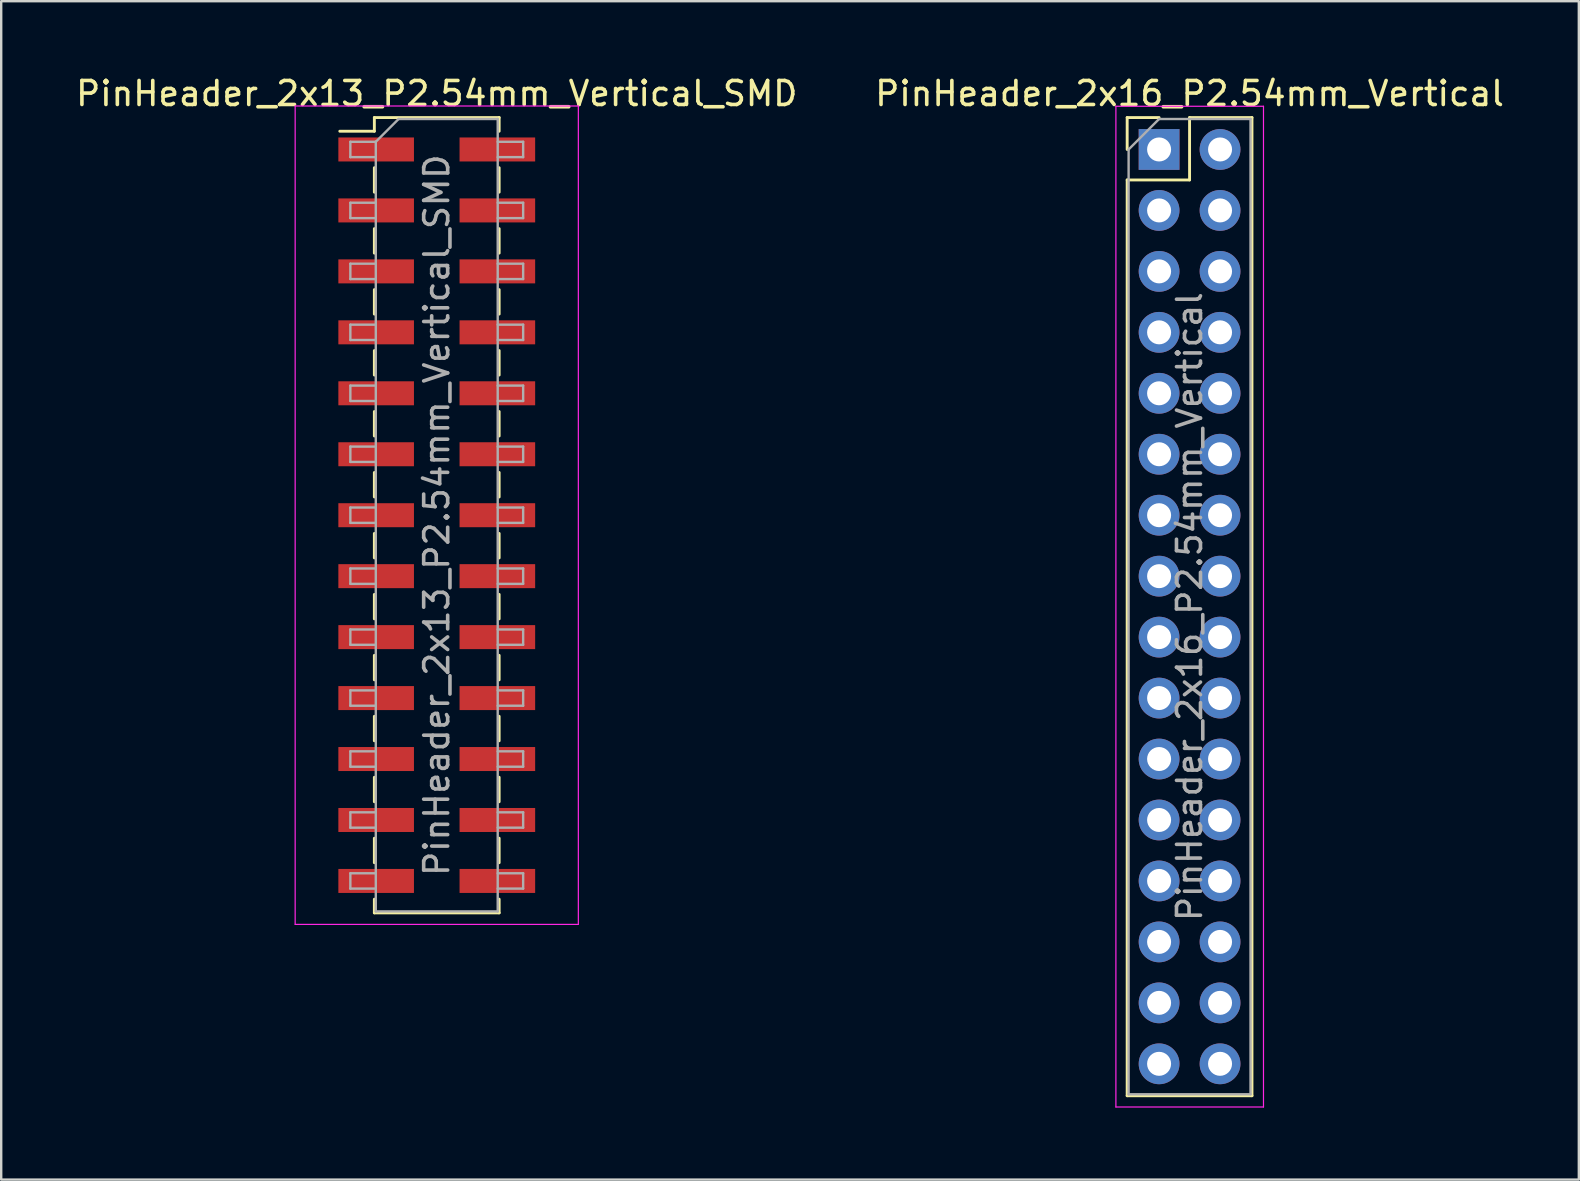
<source format=kicad_pcb>
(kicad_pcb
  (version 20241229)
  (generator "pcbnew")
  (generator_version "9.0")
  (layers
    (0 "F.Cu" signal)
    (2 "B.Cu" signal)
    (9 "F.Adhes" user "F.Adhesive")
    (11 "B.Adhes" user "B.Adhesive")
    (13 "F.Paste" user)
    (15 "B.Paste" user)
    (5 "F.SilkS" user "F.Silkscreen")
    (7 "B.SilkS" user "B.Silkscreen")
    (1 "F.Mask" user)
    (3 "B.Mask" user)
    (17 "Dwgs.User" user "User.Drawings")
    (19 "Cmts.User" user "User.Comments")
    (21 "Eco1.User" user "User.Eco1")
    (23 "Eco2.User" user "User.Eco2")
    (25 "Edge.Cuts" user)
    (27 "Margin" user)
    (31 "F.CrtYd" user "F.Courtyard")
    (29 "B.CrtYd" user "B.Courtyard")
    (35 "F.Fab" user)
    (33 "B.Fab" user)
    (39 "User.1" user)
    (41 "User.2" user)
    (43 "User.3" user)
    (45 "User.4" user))
  (footprint "PinHeader_2x16_P2.54mm_Vertical"
    (layer "F.Cu")
    (at 45.248 3.178)
    (property "Reference" "PinHeader_2x16_P2.54mm_Vertical" (at 1.27 -2.33 0) (layer "F.SilkS") (effects (font (size 1 1) (thickness 0.15))))
    (attr through_hole)
    (fp_line (start -1.33 -1.33) (end 0 -1.33) (stroke (width 0.12) (type solid)) (layer "F.SilkS"))
    (fp_line (start -1.33 0) (end -1.33 -1.33) (stroke (width 0.12) (type solid)) (layer "F.SilkS"))
    (fp_line (start -1.33 1.27) (end -1.33 39.43) (stroke (width 0.12) (type solid)) (layer "F.SilkS"))
    (fp_line (start -1.33 1.27) (end 1.27 1.27) (stroke (width 0.12) (type solid)) (layer "F.SilkS"))
    (fp_line (start -1.33 39.43) (end 3.87 39.43) (stroke (width 0.12) (type solid)) (layer "F.SilkS"))
    (fp_line (start 1.27 -1.33) (end 3.87 -1.33) (stroke (width 0.12) (type solid)) (layer "F.SilkS"))
    (fp_line (start 1.27 1.27) (end 1.27 -1.33) (stroke (width 0.12) (type solid)) (layer "F.SilkS"))
    (fp_line (start 3.87 -1.33) (end 3.87 39.43) (stroke (width 0.12) (type solid)) (layer "F.SilkS"))
    (fp_line (start -1.8 -1.8) (end -1.8 39.9) (stroke (width 0.05) (type solid)) (layer "F.CrtYd"))
    (fp_line (start -1.8 39.9) (end 4.35 39.9) (stroke (width 0.05) (type solid)) (layer "F.CrtYd"))
    (fp_line (start 4.35 -1.8) (end -1.8 -1.8) (stroke (width 0.05) (type solid)) (layer "F.CrtYd"))
    (fp_line (start 4.35 39.9) (end 4.35 -1.8) (stroke (width 0.05) (type solid)) (layer "F.CrtYd"))
    (fp_line (start -1.27 0) (end 0 -1.27) (stroke (width 0.1) (type solid)) (layer "F.Fab"))
    (fp_line (start -1.27 39.37) (end -1.27 0) (stroke (width 0.1) (type solid)) (layer "F.Fab"))
    (fp_line (start 0 -1.27) (end 3.81 -1.27) (stroke (width 0.1) (type solid)) (layer "F.Fab"))
    (fp_line (start 3.81 -1.27) (end 3.81 39.37) (stroke (width 0.1) (type solid)) (layer "F.Fab"))
    (fp_line (start 3.81 39.37) (end -1.27 39.37) (stroke (width 0.1) (type solid)) (layer "F.Fab"))
    (fp_text user "${REFERENCE}" (at 1.27 19.05 90) (layer "F.Fab") (effects (font (size 1 1) (thickness 0.15))))
    (pad "1" thru_hole rect (at 0 0) (size 1.7 1.7) (drill 1) (layers "*.Cu" "*.Mask"))
    (pad "2" thru_hole oval (at 2.54 0) (size 1.7 1.7) (drill 1) (layers "*.Cu" "*.Mask"))
    (pad "3" thru_hole oval (at 0 2.54) (size 1.7 1.7) (drill 1) (layers "*.Cu" "*.Mask"))
    (pad "4" thru_hole oval (at 2.54 2.54) (size 1.7 1.7) (drill 1) (layers "*.Cu" "*.Mask"))
    (pad "5" thru_hole oval (at 0 5.08) (size 1.7 1.7) (drill 1) (layers "*.Cu" "*.Mask"))
    (pad "6" thru_hole oval (at 2.54 5.08) (size 1.7 1.7) (drill 1) (layers "*.Cu" "*.Mask"))
    (pad "7" thru_hole oval (at 0 7.62) (size 1.7 1.7) (drill 1) (layers "*.Cu" "*.Mask"))
    (pad "8" thru_hole oval (at 2.54 7.62) (size 1.7 1.7) (drill 1) (layers "*.Cu" "*.Mask"))
    (pad "9" thru_hole oval (at 0 10.16) (size 1.7 1.7) (drill 1) (layers "*.Cu" "*.Mask"))
    (pad "10" thru_hole oval (at 2.54 10.16) (size 1.7 1.7) (drill 1) (layers "*.Cu" "*.Mask"))
    (pad "11" thru_hole oval (at 0 12.7) (size 1.7 1.7) (drill 1) (layers "*.Cu" "*.Mask"))
    (pad "12" thru_hole oval (at 2.54 12.7) (size 1.7 1.7) (drill 1) (layers "*.Cu" "*.Mask"))
    (pad "13" thru_hole oval (at 0 15.24) (size 1.7 1.7) (drill 1) (layers "*.Cu" "*.Mask"))
    (pad "14" thru_hole oval (at 2.54 15.24) (size 1.7 1.7) (drill 1) (layers "*.Cu" "*.Mask"))
    (pad "15" thru_hole oval (at 0 17.78) (size 1.7 1.7) (drill 1) (layers "*.Cu" "*.Mask"))
    (pad "16" thru_hole oval (at 2.54 17.78) (size 1.7 1.7) (drill 1) (layers "*.Cu" "*.Mask"))
    (pad "17" thru_hole oval (at 0 20.32) (size 1.7 1.7) (drill 1) (layers "*.Cu" "*.Mask"))
    (pad "18" thru_hole oval (at 2.54 20.32) (size 1.7 1.7) (drill 1) (layers "*.Cu" "*.Mask"))
    (pad "19" thru_hole oval (at 0 22.86) (size 1.7 1.7) (drill 1) (layers "*.Cu" "*.Mask"))
    (pad "20" thru_hole oval (at 2.54 22.86) (size 1.7 1.7) (drill 1) (layers "*.Cu" "*.Mask"))
    (pad "21" thru_hole oval (at 0 25.4) (size 1.7 1.7) (drill 1) (layers "*.Cu" "*.Mask"))
    (pad "22" thru_hole oval (at 2.54 25.4) (size 1.7 1.7) (drill 1) (layers "*.Cu" "*.Mask"))
    (pad "23" thru_hole oval (at 0 27.94) (size 1.7 1.7) (drill 1) (layers "*.Cu" "*.Mask"))
    (pad "24" thru_hole oval (at 2.54 27.94) (size 1.7 1.7) (drill 1) (layers "*.Cu" "*.Mask"))
    (pad "25" thru_hole oval (at 0 30.48) (size 1.7 1.7) (drill 1) (layers "*.Cu" "*.Mask"))
    (pad "26" thru_hole oval (at 2.54 30.48) (size 1.7 1.7) (drill 1) (layers "*.Cu" "*.Mask"))
    (pad "27" thru_hole oval (at 0 33.02) (size 1.7 1.7) (drill 1) (layers "*.Cu" "*.Mask"))
    (pad "28" thru_hole oval (at 2.54 33.02) (size 1.7 1.7) (drill 1) (layers "*.Cu" "*.Mask"))
    (pad "29" thru_hole oval (at 0 35.56) (size 1.7 1.7) (drill 1) (layers "*.Cu" "*.Mask"))
    (pad "30" thru_hole oval (at 2.54 35.56) (size 1.7 1.7) (drill 1) (layers "*.Cu" "*.Mask"))
    (pad "31" thru_hole oval (at 0 38.1) (size 1.7 1.7) (drill 1) (layers "*.Cu" "*.Mask"))
    (pad "32" thru_hole oval (at 2.54 38.1) (size 1.7 1.7) (drill 1) (layers "*.Cu" "*.Mask")))
  (footprint "PinHeader_2x13_P2.54mm_Vertical_SMD"
    (layer "F.Cu")
    (at 15.149 18.418)
    (property "Reference" "PinHeader_2x13_P2.54mm_Vertical_SMD" (at 0 -17.57 0) (layer "F.SilkS") (effects (font (size 1 1) (thickness 0.15))))
    (attr smd)
    (fp_line (start -4.04 -16) (end -2.6 -16) (stroke (width 0.12) (type solid)) (layer "F.SilkS"))
    (fp_line (start -2.6 -16.57) (end -2.6 -16) (stroke (width 0.12) (type solid)) (layer "F.SilkS"))
    (fp_line (start -2.6 -16.57) (end 2.6 -16.57) (stroke (width 0.12) (type solid)) (layer "F.SilkS"))
    (fp_line (start -2.6 -14.48) (end -2.6 -13.46) (stroke (width 0.12) (type solid)) (layer "F.SilkS"))
    (fp_line (start -2.6 -11.94) (end -2.6 -10.92) (stroke (width 0.12) (type solid)) (layer "F.SilkS"))
    (fp_line (start -2.6 -9.4) (end -2.6 -8.38) (stroke (width 0.12) (type solid)) (layer "F.SilkS"))
    (fp_line (start -2.6 -6.86) (end -2.6 -5.84) (stroke (width 0.12) (type solid)) (layer "F.SilkS"))
    (fp_line (start -2.6 -4.32) (end -2.6 -3.3) (stroke (width 0.12) (type solid)) (layer "F.SilkS"))
    (fp_line (start -2.6 -1.78) (end -2.6 -0.76) (stroke (width 0.12) (type solid)) (layer "F.SilkS"))
    (fp_line (start -2.6 0.76) (end -2.6 1.78) (stroke (width 0.12) (type solid)) (layer "F.SilkS"))
    (fp_line (start -2.6 3.3) (end -2.6 4.32) (stroke (width 0.12) (type solid)) (layer "F.SilkS"))
    (fp_line (start -2.6 5.84) (end -2.6 6.86) (stroke (width 0.12) (type solid)) (layer "F.SilkS"))
    (fp_line (start -2.6 8.38) (end -2.6 9.4) (stroke (width 0.12) (type solid)) (layer "F.SilkS"))
    (fp_line (start -2.6 10.92) (end -2.6 11.94) (stroke (width 0.12) (type solid)) (layer "F.SilkS"))
    (fp_line (start -2.6 13.46) (end -2.6 14.48) (stroke (width 0.12) (type solid)) (layer "F.SilkS"))
    (fp_line (start -2.6 16) (end -2.6 16.57) (stroke (width 0.12) (type solid)) (layer "F.SilkS"))
    (fp_line (start -2.6 16.57) (end 2.6 16.57) (stroke (width 0.12) (type solid)) (layer "F.SilkS"))
    (fp_line (start 2.6 -16.57) (end 2.6 -16) (stroke (width 0.12) (type solid)) (layer "F.SilkS"))
    (fp_line (start 2.6 -14.48) (end 2.6 -13.46) (stroke (width 0.12) (type solid)) (layer "F.SilkS"))
    (fp_line (start 2.6 -11.94) (end 2.6 -10.92) (stroke (width 0.12) (type solid)) (layer "F.SilkS"))
    (fp_line (start 2.6 -9.4) (end 2.6 -8.38) (stroke (width 0.12) (type solid)) (layer "F.SilkS"))
    (fp_line (start 2.6 -6.86) (end 2.6 -5.84) (stroke (width 0.12) (type solid)) (layer "F.SilkS"))
    (fp_line (start 2.6 -4.32) (end 2.6 -3.3) (stroke (width 0.12) (type solid)) (layer "F.SilkS"))
    (fp_line (start 2.6 -1.78) (end 2.6 -0.76) (stroke (width 0.12) (type solid)) (layer "F.SilkS"))
    (fp_line (start 2.6 0.76) (end 2.6 1.78) (stroke (width 0.12) (type solid)) (layer "F.SilkS"))
    (fp_line (start 2.6 3.3) (end 2.6 4.32) (stroke (width 0.12) (type solid)) (layer "F.SilkS"))
    (fp_line (start 2.6 5.84) (end 2.6 6.86) (stroke (width 0.12) (type solid)) (layer "F.SilkS"))
    (fp_line (start 2.6 8.38) (end 2.6 9.4) (stroke (width 0.12) (type solid)) (layer "F.SilkS"))
    (fp_line (start 2.6 10.92) (end 2.6 11.94) (stroke (width 0.12) (type solid)) (layer "F.SilkS"))
    (fp_line (start 2.6 13.46) (end 2.6 14.48) (stroke (width 0.12) (type solid)) (layer "F.SilkS"))
    (fp_line (start 2.6 16) (end 2.6 16.57) (stroke (width 0.12) (type solid)) (layer "F.SilkS"))
    (fp_line (start -5.9 -17.05) (end -5.9 17.05) (stroke (width 0.05) (type solid)) (layer "F.CrtYd"))
    (fp_line (start -5.9 17.05) (end 5.9 17.05) (stroke (width 0.05) (type solid)) (layer "F.CrtYd"))
    (fp_line (start 5.9 -17.05) (end -5.9 -17.05) (stroke (width 0.05) (type solid)) (layer "F.CrtYd"))
    (fp_line (start 5.9 17.05) (end 5.9 -17.05) (stroke (width 0.05) (type solid)) (layer "F.CrtYd"))
    (fp_line (start -3.6 -15.56) (end -3.6 -14.92) (stroke (width 0.1) (type solid)) (layer "F.Fab"))
    (fp_line (start -3.6 -14.92) (end -2.54 -14.92) (stroke (width 0.1) (type solid)) (layer "F.Fab"))
    (fp_line (start -3.6 -13.02) (end -3.6 -12.38) (stroke (width 0.1) (type solid)) (layer "F.Fab"))
    (fp_line (start -3.6 -12.38) (end -2.54 -12.38) (stroke (width 0.1) (type solid)) (layer "F.Fab"))
    (fp_line (start -3.6 -10.48) (end -3.6 -9.84) (stroke (width 0.1) (type solid)) (layer "F.Fab"))
    (fp_line (start -3.6 -9.84) (end -2.54 -9.84) (stroke (width 0.1) (type solid)) (layer "F.Fab"))
    (fp_line (start -3.6 -7.94) (end -3.6 -7.3) (stroke (width 0.1) (type solid)) (layer "F.Fab"))
    (fp_line (start -3.6 -7.3) (end -2.54 -7.3) (stroke (width 0.1) (type solid)) (layer "F.Fab"))
    (fp_line (start -3.6 -5.4) (end -3.6 -4.76) (stroke (width 0.1) (type solid)) (layer "F.Fab"))
    (fp_line (start -3.6 -4.76) (end -2.54 -4.76) (stroke (width 0.1) (type solid)) (layer "F.Fab"))
    (fp_line (start -3.6 -2.86) (end -3.6 -2.22) (stroke (width 0.1) (type solid)) (layer "F.Fab"))
    (fp_line (start -3.6 -2.22) (end -2.54 -2.22) (stroke (width 0.1) (type solid)) (layer "F.Fab"))
    (fp_line (start -3.6 -0.32) (end -3.6 0.32) (stroke (width 0.1) (type solid)) (layer "F.Fab"))
    (fp_line (start -3.6 0.32) (end -2.54 0.32) (stroke (width 0.1) (type solid)) (layer "F.Fab"))
    (fp_line (start -3.6 2.22) (end -3.6 2.86) (stroke (width 0.1) (type solid)) (layer "F.Fab"))
    (fp_line (start -3.6 2.86) (end -2.54 2.86) (stroke (width 0.1) (type solid)) (layer "F.Fab"))
    (fp_line (start -3.6 4.76) (end -3.6 5.4) (stroke (width 0.1) (type solid)) (layer "F.Fab"))
    (fp_line (start -3.6 5.4) (end -2.54 5.4) (stroke (width 0.1) (type solid)) (layer "F.Fab"))
    (fp_line (start -3.6 7.3) (end -3.6 7.94) (stroke (width 0.1) (type solid)) (layer "F.Fab"))
    (fp_line (start -3.6 7.94) (end -2.54 7.94) (stroke (width 0.1) (type solid)) (layer "F.Fab"))
    (fp_line (start -3.6 9.84) (end -3.6 10.48) (stroke (width 0.1) (type solid)) (layer "F.Fab"))
    (fp_line (start -3.6 10.48) (end -2.54 10.48) (stroke (width 0.1) (type solid)) (layer "F.Fab"))
    (fp_line (start -3.6 12.38) (end -3.6 13.02) (stroke (width 0.1) (type solid)) (layer "F.Fab"))
    (fp_line (start -3.6 13.02) (end -2.54 13.02) (stroke (width 0.1) (type solid)) (layer "F.Fab"))
    (fp_line (start -3.6 14.92) (end -3.6 15.56) (stroke (width 0.1) (type solid)) (layer "F.Fab"))
    (fp_line (start -3.6 15.56) (end -2.54 15.56) (stroke (width 0.1) (type solid)) (layer "F.Fab"))
    (fp_line (start -2.54 -15.56) (end -3.6 -15.56) (stroke (width 0.1) (type solid)) (layer "F.Fab"))
    (fp_line (start -2.54 -15.56) (end -1.59 -16.51) (stroke (width 0.1) (type solid)) (layer "F.Fab"))
    (fp_line (start -2.54 -13.02) (end -3.6 -13.02) (stroke (width 0.1) (type solid)) (layer "F.Fab"))
    (fp_line (start -2.54 -10.48) (end -3.6 -10.48) (stroke (width 0.1) (type solid)) (layer "F.Fab"))
    (fp_line (start -2.54 -7.94) (end -3.6 -7.94) (stroke (width 0.1) (type solid)) (layer "F.Fab"))
    (fp_line (start -2.54 -5.4) (end -3.6 -5.4) (stroke (width 0.1) (type solid)) (layer "F.Fab"))
    (fp_line (start -2.54 -2.86) (end -3.6 -2.86) (stroke (width 0.1) (type solid)) (layer "F.Fab"))
    (fp_line (start -2.54 -0.32) (end -3.6 -0.32) (stroke (width 0.1) (type solid)) (layer "F.Fab"))
    (fp_line (start -2.54 2.22) (end -3.6 2.22) (stroke (width 0.1) (type solid)) (layer "F.Fab"))
    (fp_line (start -2.54 4.76) (end -3.6 4.76) (stroke (width 0.1) (type solid)) (layer "F.Fab"))
    (fp_line (start -2.54 7.3) (end -3.6 7.3) (stroke (width 0.1) (type solid)) (layer "F.Fab"))
    (fp_line (start -2.54 9.84) (end -3.6 9.84) (stroke (width 0.1) (type solid)) (layer "F.Fab"))
    (fp_line (start -2.54 12.38) (end -3.6 12.38) (stroke (width 0.1) (type solid)) (layer "F.Fab"))
    (fp_line (start -2.54 14.92) (end -3.6 14.92) (stroke (width 0.1) (type solid)) (layer "F.Fab"))
    (fp_line (start -2.54 16.51) (end -2.54 -15.56) (stroke (width 0.1) (type solid)) (layer "F.Fab"))
    (fp_line (start -1.59 -16.51) (end 2.54 -16.51) (stroke (width 0.1) (type solid)) (layer "F.Fab"))
    (fp_line (start 2.54 -16.51) (end 2.54 16.51) (stroke (width 0.1) (type solid)) (layer "F.Fab"))
    (fp_line (start 2.54 -15.56) (end 3.6 -15.56) (stroke (width 0.1) (type solid)) (layer "F.Fab"))
    (fp_line (start 2.54 -13.02) (end 3.6 -13.02) (stroke (width 0.1) (type solid)) (layer "F.Fab"))
    (fp_line (start 2.54 -10.48) (end 3.6 -10.48) (stroke (width 0.1) (type solid)) (layer "F.Fab"))
    (fp_line (start 2.54 -7.94) (end 3.6 -7.94) (stroke (width 0.1) (type solid)) (layer "F.Fab"))
    (fp_line (start 2.54 -5.4) (end 3.6 -5.4) (stroke (width 0.1) (type solid)) (layer "F.Fab"))
    (fp_line (start 2.54 -2.86) (end 3.6 -2.86) (stroke (width 0.1) (type solid)) (layer "F.Fab"))
    (fp_line (start 2.54 -0.32) (end 3.6 -0.32) (stroke (width 0.1) (type solid)) (layer "F.Fab"))
    (fp_line (start 2.54 2.22) (end 3.6 2.22) (stroke (width 0.1) (type solid)) (layer "F.Fab"))
    (fp_line (start 2.54 4.76) (end 3.6 4.76) (stroke (width 0.1) (type solid)) (layer "F.Fab"))
    (fp_line (start 2.54 7.3) (end 3.6 7.3) (stroke (width 0.1) (type solid)) (layer "F.Fab"))
    (fp_line (start 2.54 9.84) (end 3.6 9.84) (stroke (width 0.1) (type solid)) (layer "F.Fab"))
    (fp_line (start 2.54 12.38) (end 3.6 12.38) (stroke (width 0.1) (type solid)) (layer "F.Fab"))
    (fp_line (start 2.54 14.92) (end 3.6 14.92) (stroke (width 0.1) (type solid)) (layer "F.Fab"))
    (fp_line (start 2.54 16.51) (end -2.54 16.51) (stroke (width 0.1) (type solid)) (layer "F.Fab"))
    (fp_line (start 3.6 -15.56) (end 3.6 -14.92) (stroke (width 0.1) (type solid)) (layer "F.Fab"))
    (fp_line (start 3.6 -14.92) (end 2.54 -14.92) (stroke (width 0.1) (type solid)) (layer "F.Fab"))
    (fp_line (start 3.6 -13.02) (end 3.6 -12.38) (stroke (width 0.1) (type solid)) (layer "F.Fab"))
    (fp_line (start 3.6 -12.38) (end 2.54 -12.38) (stroke (width 0.1) (type solid)) (layer "F.Fab"))
    (fp_line (start 3.6 -10.48) (end 3.6 -9.84) (stroke (width 0.1) (type solid)) (layer "F.Fab"))
    (fp_line (start 3.6 -9.84) (end 2.54 -9.84) (stroke (width 0.1) (type solid)) (layer "F.Fab"))
    (fp_line (start 3.6 -7.94) (end 3.6 -7.3) (stroke (width 0.1) (type solid)) (layer "F.Fab"))
    (fp_line (start 3.6 -7.3) (end 2.54 -7.3) (stroke (width 0.1) (type solid)) (layer "F.Fab"))
    (fp_line (start 3.6 -5.4) (end 3.6 -4.76) (stroke (width 0.1) (type solid)) (layer "F.Fab"))
    (fp_line (start 3.6 -4.76) (end 2.54 -4.76) (stroke (width 0.1) (type solid)) (layer "F.Fab"))
    (fp_line (start 3.6 -2.86) (end 3.6 -2.22) (stroke (width 0.1) (type solid)) (layer "F.Fab"))
    (fp_line (start 3.6 -2.22) (end 2.54 -2.22) (stroke (width 0.1) (type solid)) (layer "F.Fab"))
    (fp_line (start 3.6 -0.32) (end 3.6 0.32) (stroke (width 0.1) (type solid)) (layer "F.Fab"))
    (fp_line (start 3.6 0.32) (end 2.54 0.32) (stroke (width 0.1) (type solid)) (layer "F.Fab"))
    (fp_line (start 3.6 2.22) (end 3.6 2.86) (stroke (width 0.1) (type solid)) (layer "F.Fab"))
    (fp_line (start 3.6 2.86) (end 2.54 2.86) (stroke (width 0.1) (type solid)) (layer "F.Fab"))
    (fp_line (start 3.6 4.76) (end 3.6 5.4) (stroke (width 0.1) (type solid)) (layer "F.Fab"))
    (fp_line (start 3.6 5.4) (end 2.54 5.4) (stroke (width 0.1) (type solid)) (layer "F.Fab"))
    (fp_line (start 3.6 7.3) (end 3.6 7.94) (stroke (width 0.1) (type solid)) (layer "F.Fab"))
    (fp_line (start 3.6 7.94) (end 2.54 7.94) (stroke (width 0.1) (type solid)) (layer "F.Fab"))
    (fp_line (start 3.6 9.84) (end 3.6 10.48) (stroke (width 0.1) (type solid)) (layer "F.Fab"))
    (fp_line (start 3.6 10.48) (end 2.54 10.48) (stroke (width 0.1) (type solid)) (layer "F.Fab"))
    (fp_line (start 3.6 12.38) (end 3.6 13.02) (stroke (width 0.1) (type solid)) (layer "F.Fab"))
    (fp_line (start 3.6 13.02) (end 2.54 13.02) (stroke (width 0.1) (type solid)) (layer "F.Fab"))
    (fp_line (start 3.6 14.92) (end 3.6 15.56) (stroke (width 0.1) (type solid)) (layer "F.Fab"))
    (fp_line (start 3.6 15.56) (end 2.54 15.56) (stroke (width 0.1) (type solid)) (layer "F.Fab"))
    (fp_text user "${REFERENCE}" (at 0 0 90) (layer "F.Fab") (effects (font (size 1 1) (thickness 0.15))))
    (pad "1" smd rect (at -2.525 -15.24) (size 3.15 1) (layers "F.Cu" "F.Mask" "F.Paste"))
    (pad "2" smd rect (at 2.525 -15.24) (size 3.15 1) (layers "F.Cu" "F.Mask" "F.Paste"))
    (pad "3" smd rect (at -2.525 -12.7) (size 3.15 1) (layers "F.Cu" "F.Mask" "F.Paste"))
    (pad "4" smd rect (at 2.525 -12.7) (size 3.15 1) (layers "F.Cu" "F.Mask" "F.Paste"))
    (pad "5" smd rect (at -2.525 -10.16) (size 3.15 1) (layers "F.Cu" "F.Mask" "F.Paste"))
    (pad "6" smd rect (at 2.525 -10.16) (size 3.15 1) (layers "F.Cu" "F.Mask" "F.Paste"))
    (pad "7" smd rect (at -2.525 -7.62) (size 3.15 1) (layers "F.Cu" "F.Mask" "F.Paste"))
    (pad "8" smd rect (at 2.525 -7.62) (size 3.15 1) (layers "F.Cu" "F.Mask" "F.Paste"))
    (pad "9" smd rect (at -2.525 -5.08) (size 3.15 1) (layers "F.Cu" "F.Mask" "F.Paste"))
    (pad "10" smd rect (at 2.525 -5.08) (size 3.15 1) (layers "F.Cu" "F.Mask" "F.Paste"))
    (pad "11" smd rect (at -2.525 -2.54) (size 3.15 1) (layers "F.Cu" "F.Mask" "F.Paste"))
    (pad "12" smd rect (at 2.525 -2.54) (size 3.15 1) (layers "F.Cu" "F.Mask" "F.Paste"))
    (pad "13" smd rect (at -2.525 0) (size 3.15 1) (layers "F.Cu" "F.Mask" "F.Paste"))
    (pad "14" smd rect (at 2.525 0) (size 3.15 1) (layers "F.Cu" "F.Mask" "F.Paste"))
    (pad "15" smd rect (at -2.525 2.54) (size 3.15 1) (layers "F.Cu" "F.Mask" "F.Paste"))
    (pad "16" smd rect (at 2.525 2.54) (size 3.15 1) (layers "F.Cu" "F.Mask" "F.Paste"))
    (pad "17" smd rect (at -2.525 5.08) (size 3.15 1) (layers "F.Cu" "F.Mask" "F.Paste"))
    (pad "18" smd rect (at 2.525 5.08) (size 3.15 1) (layers "F.Cu" "F.Mask" "F.Paste"))
    (pad "19" smd rect (at -2.525 7.62) (size 3.15 1) (layers "F.Cu" "F.Mask" "F.Paste"))
    (pad "20" smd rect (at 2.525 7.62) (size 3.15 1) (layers "F.Cu" "F.Mask" "F.Paste"))
    (pad "21" smd rect (at -2.525 10.16) (size 3.15 1) (layers "F.Cu" "F.Mask" "F.Paste"))
    (pad "22" smd rect (at 2.525 10.16) (size 3.15 1) (layers "F.Cu" "F.Mask" "F.Paste"))
    (pad "23" smd rect (at -2.525 12.7) (size 3.15 1) (layers "F.Cu" "F.Mask" "F.Paste"))
    (pad "24" smd rect (at 2.525 12.7) (size 3.15 1) (layers "F.Cu" "F.Mask" "F.Paste"))
    (pad "25" smd rect (at -2.525 15.24) (size 3.15 1) (layers "F.Cu" "F.Mask" "F.Paste"))
    (pad "26" smd rect (at 2.525 15.24) (size 3.15 1) (layers "F.Cu" "F.Mask" "F.Paste")))
  (gr_rect
    (start -3 -3)
    (end 62.738 46.103)
    (stroke (width 0.1) (type default))
    (fill no)
    (layer "Edge.Cuts")))
</source>
